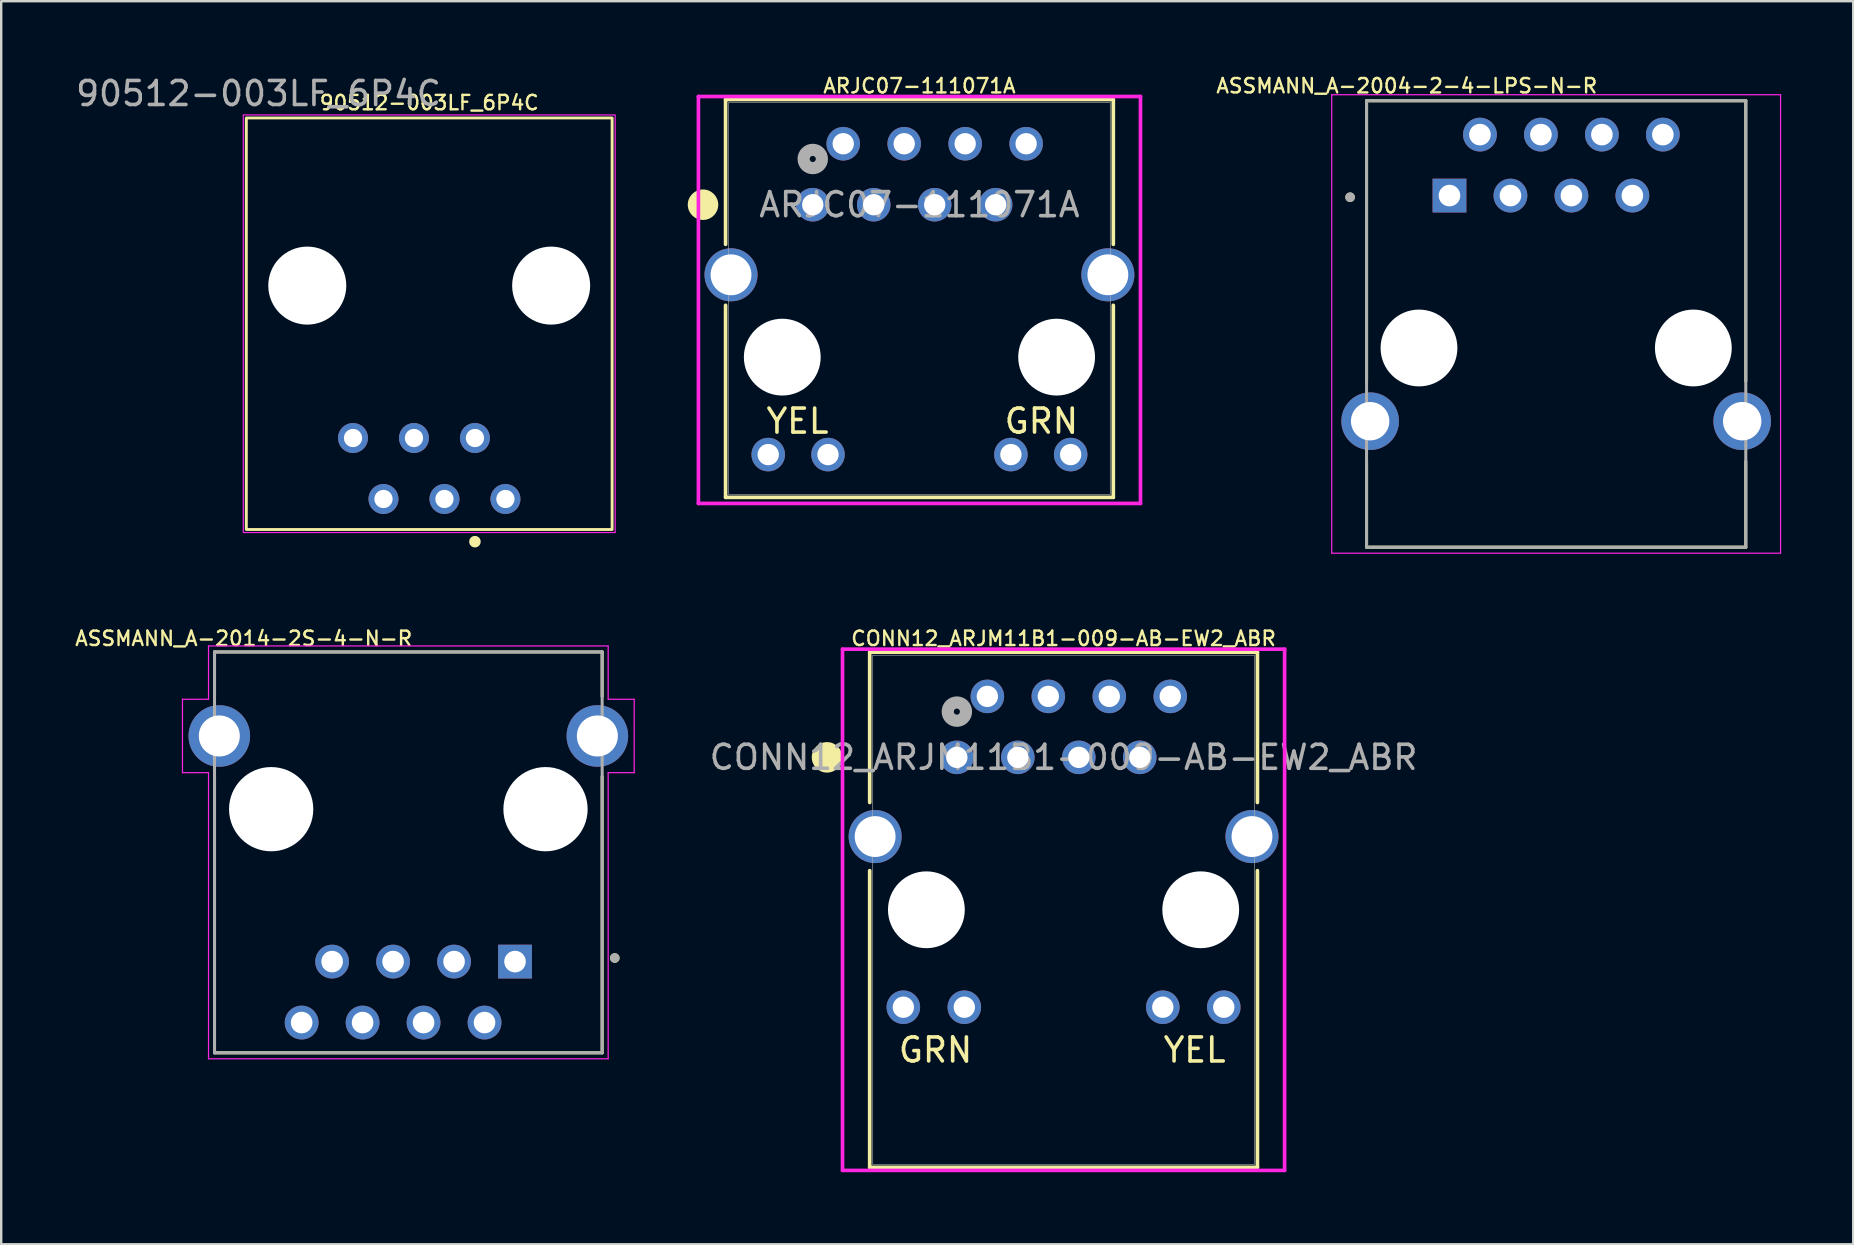
<source format=kicad_pcb>
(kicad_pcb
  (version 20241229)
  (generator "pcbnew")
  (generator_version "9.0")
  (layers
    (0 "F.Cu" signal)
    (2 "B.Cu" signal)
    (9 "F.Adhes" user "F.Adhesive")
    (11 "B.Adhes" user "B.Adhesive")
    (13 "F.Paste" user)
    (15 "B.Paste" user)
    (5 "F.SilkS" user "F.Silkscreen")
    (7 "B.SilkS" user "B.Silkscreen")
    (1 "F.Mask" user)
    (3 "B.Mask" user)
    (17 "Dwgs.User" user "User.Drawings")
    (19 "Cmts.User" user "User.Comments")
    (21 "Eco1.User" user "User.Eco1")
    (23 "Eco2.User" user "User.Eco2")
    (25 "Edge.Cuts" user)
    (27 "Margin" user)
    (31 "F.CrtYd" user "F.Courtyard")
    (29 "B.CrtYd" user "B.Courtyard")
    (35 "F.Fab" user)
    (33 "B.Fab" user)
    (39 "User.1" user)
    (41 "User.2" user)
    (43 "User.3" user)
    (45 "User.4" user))
  (footprint "CONN12_ARJM11B1-009-AB-EW2_ABR"
    (layer "F.Cu")
    (at 41.26 34.853)
    (property "Reference" "CONN12_ARJM11B1-009-AB-EW2_ABR" (at 0 -11.303 0) (unlocked yes) (layer "F.SilkS") (effects (font (size 0.6 0.6) (thickness 0.1))))
    (attr through_hole)
    (fp_line (start -8.077 -10.732) (end -8.077 -4.47) (stroke (width 0.152) (type solid)) (layer "F.SilkS"))
    (fp_line (start -8.077 -1.63) (end -8.077 10.732) (stroke (width 0.152) (type solid)) (layer "F.SilkS"))
    (fp_line (start -8.077 10.732) (end 8.077 10.732) (stroke (width 0.152) (type solid)) (layer "F.SilkS"))
    (fp_line (start 8.077 -10.732) (end -8.077 -10.732) (stroke (width 0.152) (type solid)) (layer "F.SilkS"))
    (fp_line (start 8.077 -4.47) (end 8.077 -10.732) (stroke (width 0.152) (type solid)) (layer "F.SilkS"))
    (fp_line (start 8.077 10.732) (end 8.077 -1.63) (stroke (width 0.152) (type solid)) (layer "F.SilkS"))
    (fp_circle (center -9.855 -6.35) (end -9.474 -6.35) (stroke (width 0.508) (type solid)) (fill yes) (layer "F.SilkS"))
    (fp_line (start -9.209 -10.858) (end -9.209 10.858) (stroke (width 0.152) (type solid)) (layer "F.CrtYd"))
    (fp_line (start -9.209 10.858) (end 9.209 10.858) (stroke (width 0.152) (type solid)) (layer "F.CrtYd"))
    (fp_line (start 9.209 -10.858) (end -9.209 -10.858) (stroke (width 0.152) (type solid)) (layer "F.CrtYd"))
    (fp_line (start 9.209 10.858) (end 9.209 -10.858) (stroke (width 0.152) (type solid)) (layer "F.CrtYd"))
    (fp_line (start -7.95 -10.604) (end -7.95 10.604) (stroke (width 0.025) (type solid)) (layer "F.Fab"))
    (fp_line (start -7.95 10.604) (end 7.95 10.604) (stroke (width 0.025) (type solid)) (layer "F.Fab"))
    (fp_line (start 7.95 -10.604) (end -7.95 -10.604) (stroke (width 0.025) (type solid)) (layer "F.Fab"))
    (fp_line (start 7.95 10.604) (end 7.95 -10.604) (stroke (width 0.025) (type solid)) (layer "F.Fab"))
    (fp_circle (center -4.445 -8.255) (end -4.064 -8.255) (stroke (width 0.508) (type solid)) (fill no) (layer "F.Fab"))
    (fp_text user "GRN" (at -5.334 5.842 0) (unlocked yes) (layer "F.SilkS") (effects (font (size 1 1) (thickness 0.15))))
    (fp_text user "YEL" (at 5.461 5.842 0) (unlocked yes) (layer "F.SilkS") (effects (font (size 1 1) (thickness 0.15))))
    (fp_text user "${REFERENCE}" (at 0 -6.35 0) (unlocked yes) (layer "F.Fab") (effects (font (size 1 1) (thickness 0.15))))
    (pad "" np_thru_hole circle (at -5.715 0) (size 3.2 3.2) (drill 3.2) (layers "*.Cu" "*.Mask"))
    (pad "" np_thru_hole circle (at 5.715 0) (size 3.2 3.2) (drill 3.2) (layers "*.Cu" "*.Mask"))
    (pad "1" thru_hole circle (at -4.445 -6.35) (size 1.397 1.397) (drill 0.889) (layers "*.Cu" "*.Mask"))
    (pad "2" thru_hole circle (at -3.175 -8.89) (size 1.397 1.397) (drill 0.889) (layers "*.Cu" "*.Mask"))
    (pad "3" thru_hole circle (at -1.905 -6.35) (size 1.397 1.397) (drill 0.889) (layers "*.Cu" "*.Mask"))
    (pad "4" thru_hole circle (at -0.635 -8.89) (size 1.397 1.397) (drill 0.889) (layers "*.Cu" "*.Mask"))
    (pad "5" thru_hole circle (at 0.635 -6.35) (size 1.397 1.397) (drill 0.889) (layers "*.Cu" "*.Mask"))
    (pad "6" thru_hole circle (at 1.905 -8.89) (size 1.397 1.397) (drill 0.889) (layers "*.Cu" "*.Mask"))
    (pad "7" thru_hole circle (at 3.175 -6.35) (size 1.397 1.397) (drill 0.889) (layers "*.Cu" "*.Mask"))
    (pad "8" thru_hole circle (at 4.445 -8.89) (size 1.397 1.397) (drill 0.889) (layers "*.Cu" "*.Mask"))
    (pad "9" thru_hole circle (at -6.675 4.06) (size 1.397 1.397) (drill 0.889) (layers "*.Cu" "*.Mask"))
    (pad "10" thru_hole circle (at -4.135 4.06) (size 1.397 1.397) (drill 0.889) (layers "*.Cu" "*.Mask"))
    (pad "11" thru_hole circle (at 4.135 4.06) (size 1.397 1.397) (drill 0.889) (layers "*.Cu" "*.Mask"))
    (pad "12" thru_hole circle (at 6.675 4.06) (size 1.397 1.397) (drill 0.889) (layers "*.Cu" "*.Mask"))
    (pad "S1" thru_hole circle (at -7.85 -3.05) (size 2.21 2.21) (drill 1.702) (layers "*.Cu" "*.Mask"))
    (pad "S2" thru_hole circle (at 7.85 -3.05) (size 2.21 2.21) (drill 1.702) (layers "*.Cu" "*.Mask")))
  (footprint "ASSMANN_A-2004-2-4-LPS-N-R"
    (layer "F.Cu")
    (at 61.783 11.448)
    (property "Reference" "ASSMANN_A-2004-2-4-LPS-N-R" (at -6.223 -10.922 0) (layer "F.SilkS") (effects (font (size 0.6 0.6) (thickness 0.1))))
    (attr through_hole)
    (fp_line (start -7.9 -10.3) (end 7.9 -10.3) (stroke (width 0.127) (type solid)) (layer "F.SilkS"))
    (fp_line (start -7.9 1.38) (end -7.9 -10.3) (stroke (width 0.127) (type solid)) (layer "F.SilkS"))
    (fp_line (start -7.9 8.3) (end -7.9 4.72) (stroke (width 0.127) (type solid)) (layer "F.SilkS"))
    (fp_line (start 7.9 -10.3) (end 7.9 1.38) (stroke (width 0.127) (type solid)) (layer "F.SilkS"))
    (fp_line (start 7.9 4.72) (end 7.9 8.3) (stroke (width 0.127) (type solid)) (layer "F.SilkS"))
    (fp_line (start 7.9 8.3) (end -7.9 8.3) (stroke (width 0.127) (type solid)) (layer "F.SilkS"))
    (fp_circle (center -8.586 -6.281) (end -8.486 -6.281) (stroke (width 0.2) (type solid)) (fill no) (layer "F.SilkS"))
    (fp_line (start -9.35 -10.55) (end -9.35 8.55) (stroke (width 0.05) (type solid)) (layer "F.CrtYd"))
    (fp_line (start -9.35 8.55) (end 9.35 8.55) (stroke (width 0.05) (type solid)) (layer "F.CrtYd"))
    (fp_line (start 9.35 -10.55) (end -9.35 -10.55) (stroke (width 0.05) (type solid)) (layer "F.CrtYd"))
    (fp_line (start 9.35 8.55) (end 9.35 -10.55) (stroke (width 0.05) (type solid)) (layer "F.CrtYd"))
    (fp_line (start -7.9 -10.3) (end 7.9 -10.3) (stroke (width 0.127) (type solid)) (layer "F.Fab"))
    (fp_line (start -7.9 8.3) (end -7.9 -10.3) (stroke (width 0.127) (type solid)) (layer "F.Fab"))
    (fp_line (start 7.9 -10.3) (end 7.9 8.3) (stroke (width 0.127) (type solid)) (layer "F.Fab"))
    (fp_line (start 7.9 8.3) (end -7.9 8.3) (stroke (width 0.127) (type solid)) (layer "F.Fab"))
    (fp_circle (center -8.586 -6.281) (end -8.486 -6.281) (stroke (width 0.2) (type solid)) (fill no) (layer "F.Fab"))
    (pad "" np_thru_hole circle (at -5.715 0) (size 3.2 3.2) (drill 3.2) (layers "*.Cu" "*.Mask"))
    (pad "" np_thru_hole circle (at 5.715 0) (size 3.2 3.2) (drill 3.2) (layers "*.Cu" "*.Mask"))
    (pad "1" thru_hole rect (at -4.445 -6.35) (size 1.408 1.408) (drill 0.9) (layers "*.Cu" "*.Mask"))
    (pad "2" thru_hole circle (at -3.175 -8.89) (size 1.408 1.408) (drill 0.9) (layers "*.Cu" "*.Mask"))
    (pad "3" thru_hole circle (at -1.905 -6.35) (size 1.408 1.408) (drill 0.9) (layers "*.Cu" "*.Mask"))
    (pad "4" thru_hole circle (at -0.635 -8.89) (size 1.408 1.408) (drill 0.9) (layers "*.Cu" "*.Mask"))
    (pad "5" thru_hole circle (at 0.635 -6.35) (size 1.408 1.408) (drill 0.9) (layers "*.Cu" "*.Mask"))
    (pad "6" thru_hole circle (at 1.905 -8.89) (size 1.408 1.408) (drill 0.9) (layers "*.Cu" "*.Mask"))
    (pad "7" thru_hole circle (at 3.175 -6.35) (size 1.408 1.408) (drill 0.9) (layers "*.Cu" "*.Mask"))
    (pad "8" thru_hole circle (at 4.445 -8.89) (size 1.408 1.408) (drill 0.9) (layers "*.Cu" "*.Mask"))
    (pad "S1" thru_hole circle (at -7.75 3.05) (size 2.4 2.4) (drill 1.6) (layers "*.Cu" "*.Mask"))
    (pad "S2" thru_hole circle (at 7.75 3.05) (size 2.4 2.4) (drill 1.6) (layers "*.Cu" "*.Mask")))
  (footprint "ASSMANN_A-2014-2S-4-N-R"
    (layer "F.Cu")
    (at 13.962 30.662)
    (property "Reference" "ASSMANN_A-2014-2S-4-N-R" (at -6.858 -7.112 0) (layer "F.SilkS") (effects (font (size 0.6 0.6) (thickness 0.1))))
    (attr through_hole)
    (fp_line (start -8.075 -6.55) (end 8.075 -6.55) (stroke (width 0.127) (type solid)) (layer "F.SilkS"))
    (fp_line (start -8.075 -4.7) (end -8.075 -6.55) (stroke (width 0.127) (type solid)) (layer "F.SilkS"))
    (fp_line (start -8.075 10.15) (end -8.075 -1.35) (stroke (width 0.127) (type solid)) (layer "F.SilkS"))
    (fp_line (start 8.075 -6.55) (end 8.075 -4.7) (stroke (width 0.127) (type solid)) (layer "F.SilkS"))
    (fp_line (start 8.075 -1.35) (end 8.075 10.15) (stroke (width 0.127) (type solid)) (layer "F.SilkS"))
    (fp_line (start 8.075 10.15) (end -8.075 10.15) (stroke (width 0.127) (type solid)) (layer "F.SilkS"))
    (fp_circle (center 8.6 6.2) (end 8.7 6.2) (stroke (width 0.2) (type solid)) (fill no) (layer "F.SilkS"))
    (fp_line (start -9.41 -4.58) (end -8.325 -4.58) (stroke (width 0.05) (type solid)) (layer "F.CrtYd"))
    (fp_line (start -9.41 -1.52) (end -9.41 -4.58) (stroke (width 0.05) (type solid)) (layer "F.CrtYd"))
    (fp_line (start -8.325 -6.8) (end 8.325 -6.8) (stroke (width 0.05) (type solid)) (layer "F.CrtYd"))
    (fp_line (start -8.325 -4.58) (end -8.325 -6.8) (stroke (width 0.05) (type solid)) (layer "F.CrtYd"))
    (fp_line (start -8.325 -1.52) (end -9.41 -1.52) (stroke (width 0.05) (type solid)) (layer "F.CrtYd"))
    (fp_line (start -8.325 10.4) (end -8.325 -1.52) (stroke (width 0.05) (type solid)) (layer "F.CrtYd"))
    (fp_line (start 8.325 -6.8) (end 8.325 -4.58) (stroke (width 0.05) (type solid)) (layer "F.CrtYd"))
    (fp_line (start 8.325 -4.58) (end 9.41 -4.58) (stroke (width 0.05) (type solid)) (layer "F.CrtYd"))
    (fp_line (start 8.325 -1.52) (end 8.325 10.4) (stroke (width 0.05) (type solid)) (layer "F.CrtYd"))
    (fp_line (start 8.325 10.4) (end -8.325 10.4) (stroke (width 0.05) (type solid)) (layer "F.CrtYd"))
    (fp_line (start 9.41 -4.58) (end 9.41 -1.52) (stroke (width 0.05) (type solid)) (layer "F.CrtYd"))
    (fp_line (start 9.41 -1.52) (end 8.325 -1.52) (stroke (width 0.05) (type solid)) (layer "F.CrtYd"))
    (fp_line (start -8.075 -6.55) (end 8.075 -6.55) (stroke (width 0.127) (type solid)) (layer "F.Fab"))
    (fp_line (start -8.075 10.15) (end -8.075 -6.55) (stroke (width 0.127) (type solid)) (layer "F.Fab"))
    (fp_line (start 8.075 -6.55) (end 8.075 10.15) (stroke (width 0.127) (type solid)) (layer "F.Fab"))
    (fp_line (start 8.075 10.15) (end -8.075 10.15) (stroke (width 0.127) (type solid)) (layer "F.Fab"))
    (fp_circle (center 8.6 6.2) (end 8.7 6.2) (stroke (width 0.2) (type solid)) (fill no) (layer "F.Fab"))
    (pad "" np_thru_hole circle (at -5.715 0) (size 3.51 3.51) (drill 3.51) (layers "*.Cu" "*.Mask"))
    (pad "" np_thru_hole circle (at 5.715 0) (size 3.51 3.51) (drill 3.51) (layers "*.Cu" "*.Mask"))
    (pad "1" thru_hole rect (at 4.445 6.35) (size 1.408 1.408) (drill 0.9) (layers "*.Cu" "*.Mask"))
    (pad "2" thru_hole circle (at 3.175 8.89) (size 1.408 1.408) (drill 0.9) (layers "*.Cu" "*.Mask"))
    (pad "3" thru_hole circle (at 1.905 6.35) (size 1.408 1.408) (drill 0.9) (layers "*.Cu" "*.Mask"))
    (pad "4" thru_hole circle (at 0.635 8.89) (size 1.408 1.408) (drill 0.9) (layers "*.Cu" "*.Mask"))
    (pad "5" thru_hole circle (at -0.635 6.35) (size 1.408 1.408) (drill 0.9) (layers "*.Cu" "*.Mask"))
    (pad "6" thru_hole circle (at -1.905 8.89) (size 1.408 1.408) (drill 0.9) (layers "*.Cu" "*.Mask"))
    (pad "7" thru_hole circle (at -3.175 6.35) (size 1.408 1.408) (drill 0.9) (layers "*.Cu" "*.Mask"))
    (pad "8" thru_hole circle (at -4.445 8.89) (size 1.408 1.408) (drill 0.9) (layers "*.Cu" "*.Mask"))
    (pad "S1" thru_hole circle (at -7.875 -3.05) (size 2.565 2.565) (drill 1.71) (layers "*.Cu" "*.Mask"))
    (pad "S2" thru_hole circle (at 7.875 -3.05) (size 2.565 2.565) (drill 1.71) (layers "*.Cu" "*.Mask")))
  (footprint "ARJC07-111071A"
    (layer "F.Cu")
    (at 35.256 11.829)
    (property "Reference" "ARJC07-111071A" (at 0 -11.303 0) (unlocked yes) (layer "F.SilkS") (effects (font (size 0.6 0.6) (thickness 0.1))))
    (attr through_hole)
    (fp_line (start -8.077 -10.732) (end -8.077 -4.699) (stroke (width 0.152) (type solid)) (layer "F.SilkS"))
    (fp_line (start -8.077 -2.159) (end -8.077 5.842) (stroke (width 0.152) (type solid)) (layer "F.SilkS"))
    (fp_line (start -8.077 5.842) (end 8.077 5.842) (stroke (width 0.152) (type solid)) (layer "F.SilkS"))
    (fp_line (start 8.077 -10.732) (end -8.077 -10.732) (stroke (width 0.152) (type solid)) (layer "F.SilkS"))
    (fp_line (start 8.077 -4.699) (end 8.077 -10.732) (stroke (width 0.152) (type solid)) (layer "F.SilkS"))
    (fp_line (start 8.077 5.842) (end 8.077 -2.159) (stroke (width 0.152) (type solid)) (layer "F.SilkS"))
    (fp_circle (center -9.017 -6.35) (end -8.636 -6.35) (stroke (width 0.508) (type solid)) (fill yes) (layer "F.SilkS"))
    (fp_line (start -9.209 -10.858) (end -9.209 6.096) (stroke (width 0.152) (type solid)) (layer "F.CrtYd"))
    (fp_line (start -9.209 6.096) (end 9.209 6.096) (stroke (width 0.152) (type solid)) (layer "F.CrtYd"))
    (fp_line (start 9.209 -10.858) (end -9.209 -10.858) (stroke (width 0.152) (type solid)) (layer "F.CrtYd"))
    (fp_line (start 9.209 6.096) (end 9.209 -10.858) (stroke (width 0.152) (type solid)) (layer "F.CrtYd"))
    (fp_line (start -7.95 -10.604) (end -7.95 5.715) (stroke (width 0.025) (type solid)) (layer "F.Fab"))
    (fp_line (start -7.95 5.715) (end 7.95 5.715) (stroke (width 0.025) (type solid)) (layer "F.Fab"))
    (fp_line (start 7.95 -10.604) (end -7.95 -10.604) (stroke (width 0.025) (type solid)) (layer "F.Fab"))
    (fp_line (start 7.95 5.715) (end 7.95 -10.604) (stroke (width 0.025) (type solid)) (layer "F.Fab"))
    (fp_circle (center -4.445 -8.255) (end -4.064 -8.255) (stroke (width 0.508) (type solid)) (fill no) (layer "F.Fab"))
    (fp_text user "YEL" (at -5.08 2.667 0) (unlocked yes) (layer "F.SilkS") (effects (font (size 1 1) (thickness 0.15))))
    (fp_text user "GRN" (at 5.08 2.667 0) (unlocked yes) (layer "F.SilkS") (effects (font (size 1 1) (thickness 0.15))))
    (fp_text user "${REFERENCE}" (at 0 -6.35 0) (unlocked yes) (layer "F.Fab") (effects (font (size 1 1) (thickness 0.15))))
    (pad "" np_thru_hole circle (at -5.715 0) (size 3.2 3.2) (drill 3.2) (layers "*.Cu" "*.Mask"))
    (pad "" np_thru_hole circle (at 5.715 0) (size 3.2 3.2) (drill 3.2) (layers "*.Cu" "*.Mask"))
    (pad "1" thru_hole circle (at -4.445 -6.35) (size 1.397 1.397) (drill 0.889) (layers "*.Cu" "*.Mask"))
    (pad "2" thru_hole circle (at -3.175 -8.89) (size 1.397 1.397) (drill 0.889) (layers "*.Cu" "*.Mask"))
    (pad "3" thru_hole circle (at -1.905 -6.35) (size 1.397 1.397) (drill 0.889) (layers "*.Cu" "*.Mask"))
    (pad "4" thru_hole circle (at -0.635 -8.89) (size 1.397 1.397) (drill 0.889) (layers "*.Cu" "*.Mask"))
    (pad "5" thru_hole circle (at 0.635 -6.35) (size 1.397 1.397) (drill 0.889) (layers "*.Cu" "*.Mask"))
    (pad "6" thru_hole circle (at 1.905 -8.89) (size 1.397 1.397) (drill 0.889) (layers "*.Cu" "*.Mask"))
    (pad "7" thru_hole circle (at 3.175 -6.35) (size 1.397 1.397) (drill 0.889) (layers "*.Cu" "*.Mask"))
    (pad "8" thru_hole circle (at 4.445 -8.89) (size 1.397 1.397) (drill 0.889) (layers "*.Cu" "*.Mask"))
    (pad "9" thru_hole circle (at -6.3 4.06) (size 1.397 1.397) (drill 0.889) (layers "*.Cu" "*.Mask"))
    (pad "10" thru_hole circle (at -3.81 4.06) (size 1.397 1.397) (drill 0.889) (layers "*.Cu" "*.Mask"))
    (pad "11" thru_hole circle (at 3.81 4.06) (size 1.397 1.397) (drill 0.889) (layers "*.Cu" "*.Mask"))
    (pad "12" thru_hole circle (at 6.3 4.06) (size 1.397 1.397) (drill 0.889) (layers "*.Cu" "*.Mask"))
    (pad "S1" thru_hole circle (at -7.85 -3.43) (size 2.21 2.21) (drill 1.702) (layers "*.Cu" "*.Mask"))
    (pad "S2" thru_hole circle (at 7.85 -3.43) (size 2.21 2.21) (drill 1.702) (layers "*.Cu" "*.Mask")))
  (footprint "90512-003LF_6P4C"
    (layer "F.Cu")
    (at 14.832 12.659)
    (property "Reference" "90512-003LF_6P4C" (at 0 -11.43 0) (unlocked yes) (layer "F.SilkS") (effects (font (size 0.6 0.6) (thickness 0.1))))
    (attr through_hole)
    (fp_rect (start -7.62 -10.795) (end 7.62 6.35) (stroke (width 0.12) (type solid)) (fill no) (layer "F.SilkS"))
    (fp_circle (center 1.905 6.858) (end 2.085 6.858) (stroke (width 0.12) (type solid)) (fill yes) (layer "F.SilkS"))
    (fp_rect (start -7.747 -10.922) (end 7.747 6.477) (stroke (width 0.05) (type solid)) (fill no) (layer "F.CrtYd"))
    (fp_text user "${REFERENCE}" (at -7.112 -11.811 0) (unlocked yes) (layer "F.Fab") (effects (font (size 1 1) (thickness 0.15))))
    (pad "" np_thru_hole circle (at -5.08 -3.81) (size 3.25 3.25) (drill 3.25) (layers "*.Cu" "*.Mask"))
    (pad "" thru_hole circle (at -3.175 2.54) (size 1.25 1.25) (drill 0.76) (layers "*.Cu" "*.Mask"))
    (pad "" thru_hole circle (at 3.175 5.08) (size 1.25 1.25) (drill 0.76) (layers "*.Cu" "*.Mask"))
    (pad "" np_thru_hole circle (at 5.08 -3.81) (size 3.25 3.25) (drill 3.25) (layers "*.Cu" "*.Mask"))
    (pad "1" thru_hole circle (at 1.905 2.54) (size 1.25 1.25) (drill 0.76) (layers "*.Cu" "*.Mask"))
    (pad "2" thru_hole circle (at 0.635 5.08) (size 1.25 1.25) (drill 0.76) (layers "*.Cu" "*.Mask"))
    (pad "3" thru_hole circle (at -0.635 2.54) (size 1.25 1.25) (drill 0.76) (layers "*.Cu" "*.Mask"))
    (pad "4" thru_hole circle (at -1.905 5.08) (size 1.25 1.25) (drill 0.76) (layers "*.Cu" "*.Mask")))
  (gr_rect
    (start -3 -3)
    (end 74.158 48.788)
    (stroke (width 0.1) (type default))
    (fill no)
    (layer "Edge.Cuts")))
</source>
